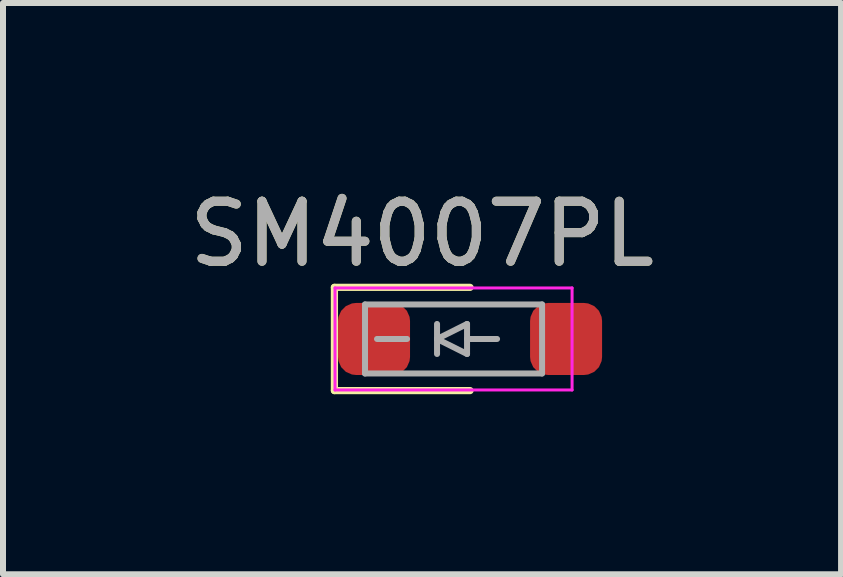
<source format=kicad_pcb>
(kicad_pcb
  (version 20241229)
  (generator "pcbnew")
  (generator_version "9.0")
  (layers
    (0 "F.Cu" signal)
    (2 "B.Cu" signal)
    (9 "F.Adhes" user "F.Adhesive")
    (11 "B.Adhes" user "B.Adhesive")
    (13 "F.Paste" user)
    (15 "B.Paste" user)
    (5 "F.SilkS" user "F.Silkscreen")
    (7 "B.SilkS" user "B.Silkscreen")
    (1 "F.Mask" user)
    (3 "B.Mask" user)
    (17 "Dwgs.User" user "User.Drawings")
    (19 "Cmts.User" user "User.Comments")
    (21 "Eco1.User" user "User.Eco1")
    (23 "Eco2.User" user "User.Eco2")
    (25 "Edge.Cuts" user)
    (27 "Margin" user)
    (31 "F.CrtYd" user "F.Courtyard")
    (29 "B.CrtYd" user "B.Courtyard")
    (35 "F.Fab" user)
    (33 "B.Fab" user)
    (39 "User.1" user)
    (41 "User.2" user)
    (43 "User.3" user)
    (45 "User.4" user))
  (footprint "SM4007PL"
    (layer "F.Cu")
    (at 3.982 2.598)
    (property "Reference" "SM4007PL" (at 0 -1.75 0) (layer "F.SilkS") (effects (font (size 1 1) (thickness 0.15))))
    (attr smd)
    (fp_line (start -1.46 -0.86) (end -1.46 0.86) (stroke (width 0.12) (type solid)) (layer "F.SilkS"))
    (fp_line (start -1.46 0.86) (end 0.8 0.86) (stroke (width 0.12) (type solid)) (layer "F.SilkS"))
    (fp_line (start 0.8 -0.86) (end -1.46 -0.86) (stroke (width 0.12) (type solid)) (layer "F.SilkS"))
    (fp_line (start -1.45 -0.85) (end -1.45 0.85) (stroke (width 0.05) (type solid)) (layer "F.CrtYd"))
    (fp_line (start -1.45 -0.85) (end 2.5 -0.85) (stroke (width 0.05) (type solid)) (layer "F.CrtYd"))
    (fp_line (start 2.5 0.85) (end -1.45 0.85) (stroke (width 0.05) (type solid)) (layer "F.CrtYd"))
    (fp_line (start 2.5 0.85) (end 2.5 -0.85) (stroke (width 0.05) (type solid)) (layer "F.CrtYd"))
    (fp_line (start -0.95 -0.575) (end 2 -0.575) (stroke (width 0.1) (type solid)) (layer "F.Fab"))
    (fp_line (start -0.95 0.575) (end -0.95 -0.575) (stroke (width 0.1) (type solid)) (layer "F.Fab"))
    (fp_line (start -0.25 0) (end -0.75 0) (stroke (width 0.1) (type solid)) (layer "F.Fab"))
    (fp_line (start 0.25 -0.25) (end 0.25 0.25) (stroke (width 0.1) (type solid)) (layer "F.Fab"))
    (fp_line (start 0.25 0) (end 0.75 -0.25) (stroke (width 0.1) (type solid)) (layer "F.Fab"))
    (fp_line (start 0.75 -0.25) (end 0.75 0.25) (stroke (width 0.1) (type solid)) (layer "F.Fab"))
    (fp_line (start 0.75 0) (end 1.25 0) (stroke (width 0.1) (type solid)) (layer "F.Fab"))
    (fp_line (start 0.75 0.25) (end 0.25 0) (stroke (width 0.1) (type solid)) (layer "F.Fab"))
    (fp_line (start 2 -0.575) (end 2 0.575) (stroke (width 0.1) (type solid)) (layer "F.Fab"))
    (fp_line (start 2 0.575) (end -0.95 0.575) (stroke (width 0.1) (type solid)) (layer "F.Fab"))
    (fp_text user "${REFERENCE}" (at 0 -1.75 0) (layer "F.Fab") (effects (font (size 1 1) (thickness 0.15))))
    (pad "1" smd roundrect (at -0.8 0) (size 1.2 1.2) (layers "F.Cu" "F.Mask" "F.Paste") (roundrect_rratio 0.25))
    (pad "2" smd roundrect (at 2.4 0) (size 1.2 1.2) (layers "F.Cu" "F.Mask" "F.Paste") (roundrect_rratio 0.25)))
  (gr_rect
    (start -3 -3)
    (end 10.964 6.518)
    (stroke (width 0.1) (type default))
    (fill no)
    (layer "Edge.Cuts")))
</source>
